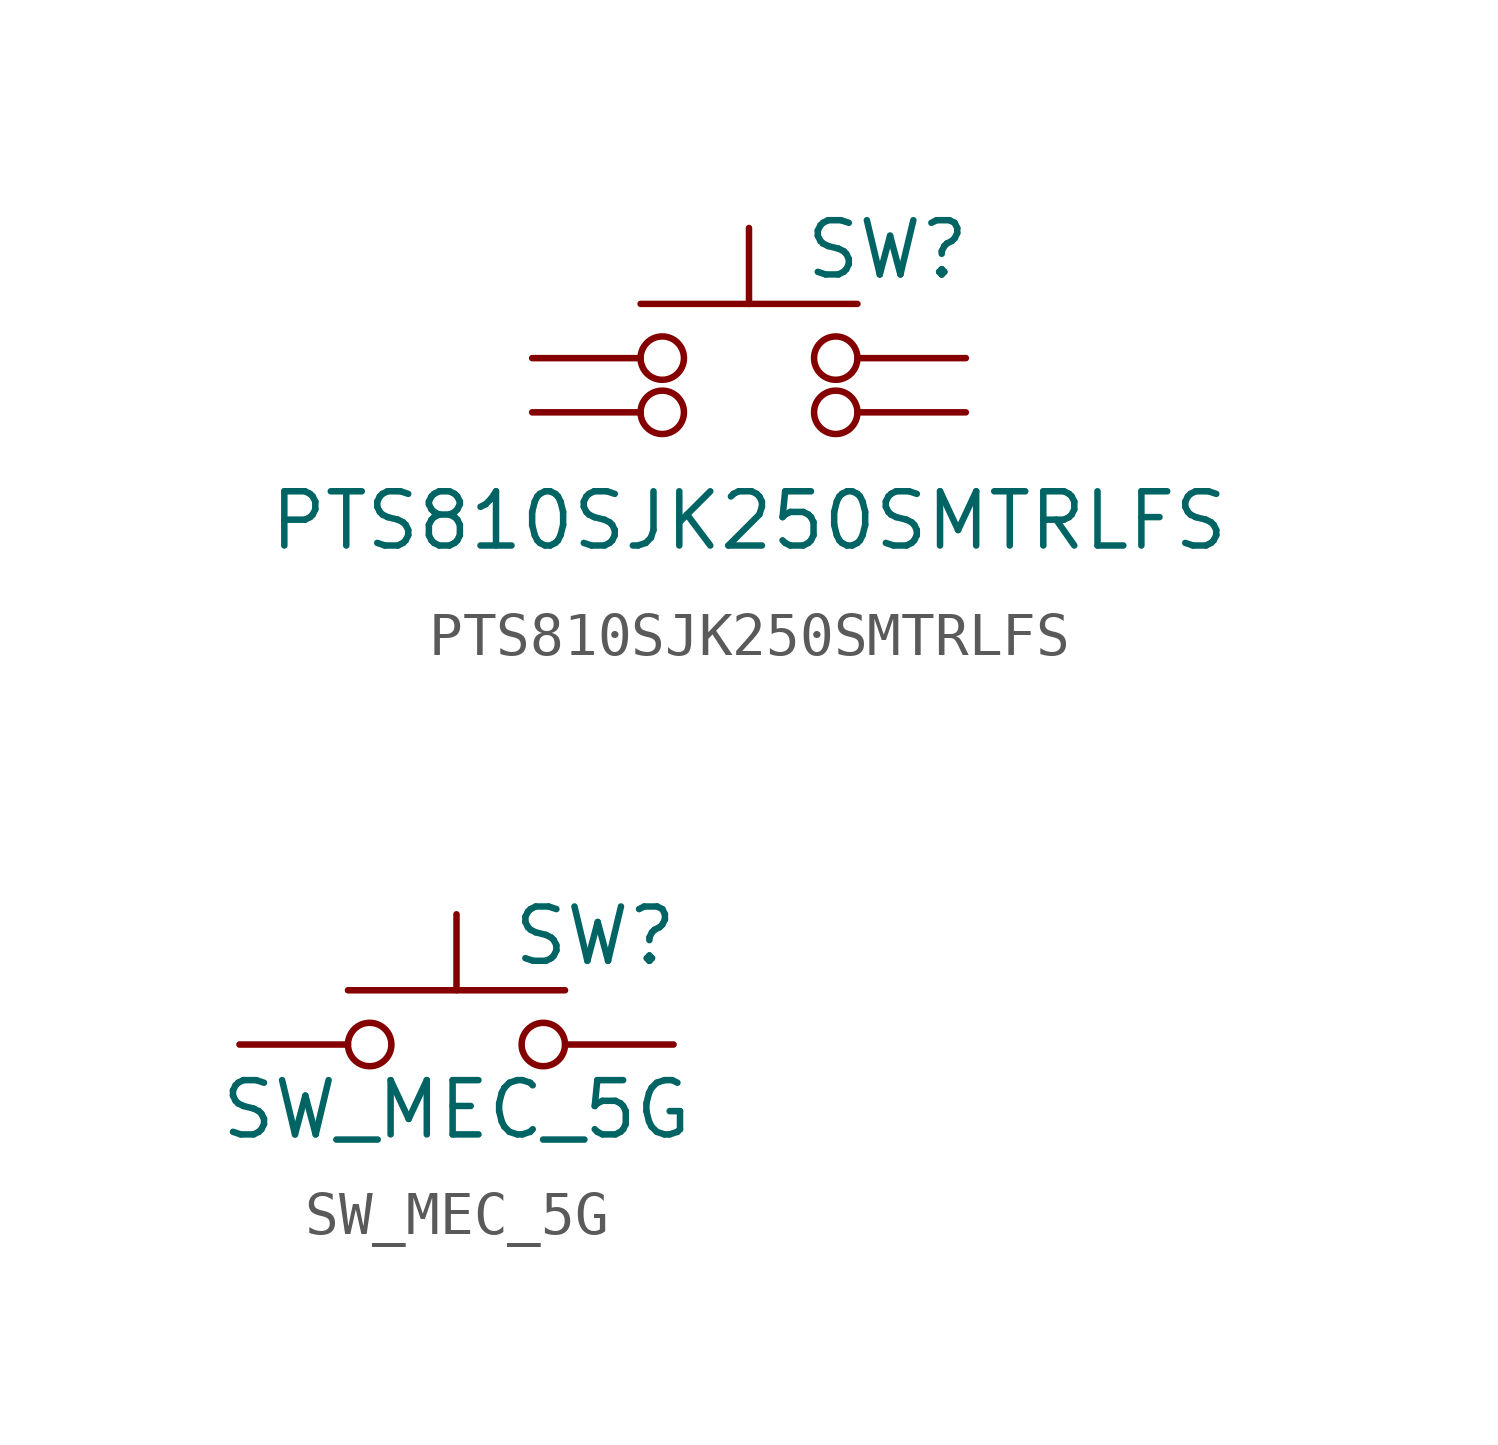
<source format=kicad_sym>
(kicad_symbol_lib
  (version 20211014)
  (generator kicad_symbol_editor)
  (symbol "PTS810SJK250SMTRLFS"
    (pin_numbers hide)
    (pin_names
      (offset 1.016) hide)
    (property "Reference" "SW"
      (at 1.27 2.54 0)
      (effects (font (size 1.27 1.27)) (justify left)))
    (property "Value" "PTS810SJK250SMTRLFS"
      (at 0 -3.81 0)
      (effects (font (size 1.27 1.27))))
    (symbol "PTS810SJK250SMTRLFS_0_1"
      (circle (center -2.032 0) (radius 0.508) (stroke (width 0) (type default) (color 0 0 0 0)) (fill (type none)))
      (polyline (pts (xy 0 1.27) (xy 0 3.048)) (stroke (width 0) (type default) (color 0 0 0 0)) (fill (type none)))
      (polyline (pts (xy 2.54 1.27) (xy -2.54 1.27)) (stroke (width 0) (type default) (color 0 0 0 0)) (fill (type none)))
      (circle (center 2.032 0) (radius 0.508) (stroke (width 0) (type default) (color 0 0 0 0)) (fill (type none)))
      (pin passive line (at -5.08 0 0) (length 2.54) (name "A" (effects (font (size 1.27 1.27)))) (number "1" (effects (font (size 1.27 1.27)))))
      (pin passive line (at 5.08 0 180) (length 2.54) (name "B" (effects (font (size 1.27 1.27)))) (number "3" (effects (font (size 1.27 1.27))))))
    (symbol "PTS810SJK250SMTRLFS_1_1"
      (circle (center -2.032 -1.27) (radius 0.508) (stroke (width 0) (type default) (color 0 0 0 0)) (fill (type none)))
      (circle (center 2.032 -1.27) (radius 0.508) (stroke (width 0) (type default) (color 0 0 0 0)) (fill (type none)))
      (pin passive line (at -5.08 -1.27 0) (length 2.54) (name "A" (effects (font (size 1.27 1.27)))) (number "2" (effects (font (size 1.27 1.27)))))
      (pin passive line (at 5.08 -1.27 180) (length 2.54) (name "B" (effects (font (size 1.27 1.27)))) (number "4" (effects (font (size 1.27 1.27)))))))
  (symbol "SW_MEC_5G"
    (pin_numbers hide)
    (pin_names
      (offset 1.016) hide)
    (property "Reference" "SW"
      (at 1.27 2.54 0)
      (effects (font (size 1.27 1.27)) (justify left)))
    (property "Value" "SW_MEC_5G"
      (at 0 -1.524 0)
      (effects (font (size 1.27 1.27))))
    (symbol "SW_MEC_5G_0_1"
      (circle (center -2.032 0) (radius 0.508) (stroke (width 0) (type default) (color 0 0 0 0)) (fill (type none)))
      (polyline (pts (xy 0 1.27) (xy 0 3.048)) (stroke (width 0) (type default) (color 0 0 0 0)) (fill (type none)))
      (polyline (pts (xy 2.54 1.27) (xy -2.54 1.27)) (stroke (width 0) (type default) (color 0 0 0 0)) (fill (type none)))
      (circle (center 2.032 0) (radius 0.508) (stroke (width 0) (type default) (color 0 0 0 0)) (fill (type none)))
      (pin passive line (at -5.08 0 0) (length 2.54) (name "A" (effects (font (size 1.27 1.27)))) (number "1" (effects (font (size 1.27 1.27)))))
      (pin passive line (at 5.08 0 180) (length 2.54) (name "B" (effects (font (size 1.27 1.27)))) (number "2" (effects (font (size 1.27 1.27))))))))
</source>
